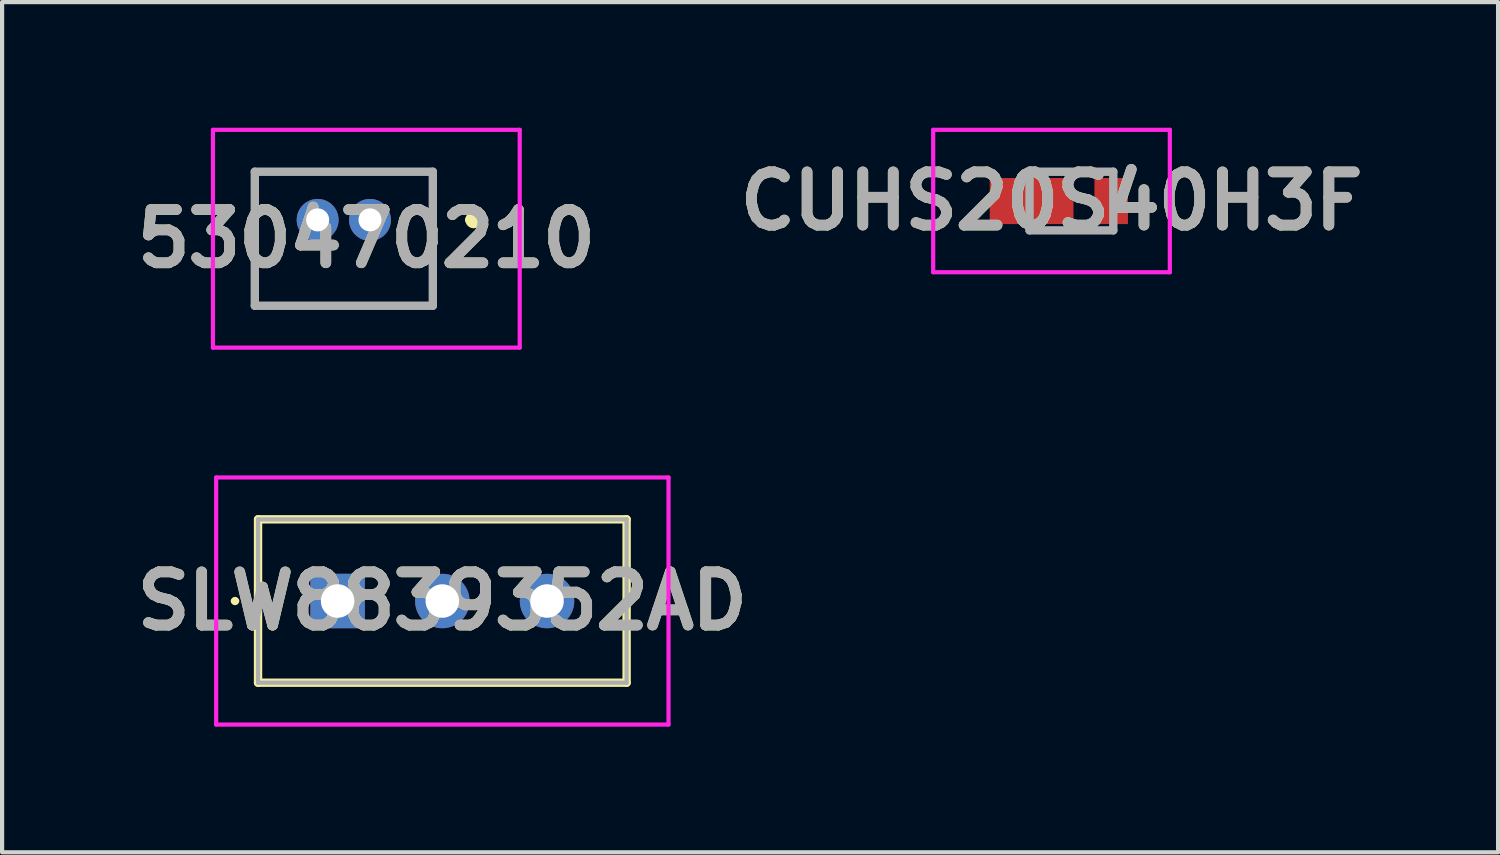
<source format=kicad_pcb>
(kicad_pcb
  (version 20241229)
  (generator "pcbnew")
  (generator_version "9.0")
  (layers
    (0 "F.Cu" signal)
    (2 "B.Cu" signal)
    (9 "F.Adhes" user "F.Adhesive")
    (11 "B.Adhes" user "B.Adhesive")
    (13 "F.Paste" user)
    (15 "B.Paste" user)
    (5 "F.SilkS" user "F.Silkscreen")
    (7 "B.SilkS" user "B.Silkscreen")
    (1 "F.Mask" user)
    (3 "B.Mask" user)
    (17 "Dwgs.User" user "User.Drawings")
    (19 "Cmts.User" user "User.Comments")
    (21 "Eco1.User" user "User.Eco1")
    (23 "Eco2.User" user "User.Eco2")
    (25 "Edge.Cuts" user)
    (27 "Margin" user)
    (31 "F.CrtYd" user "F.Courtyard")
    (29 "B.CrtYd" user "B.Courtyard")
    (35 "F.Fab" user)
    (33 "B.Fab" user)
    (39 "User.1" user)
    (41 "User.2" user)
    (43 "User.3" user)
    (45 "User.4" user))
  (footprint "SLW8839352AD"
    (layer "F.Cu")
    (at 5.011 11.3)
    (property "Reference" "SLW8839352AD" (at 2.5 0 0) (layer "F.SilkS") (effects (font (size 1.27 1.27) (thickness 0.254))))
    (attr through_hole)
    (fp_line (start -2.5 0) (end -2.5 0) (stroke (width 0.1) (type solid)) (layer "F.SilkS"))
    (fp_line (start -2.4 0) (end -2.4 0) (stroke (width 0.1) (type solid)) (layer "F.SilkS"))
    (fp_line (start -1.9 -1.95) (end 6.9 -1.95) (stroke (width 0.2) (type solid)) (layer "F.SilkS"))
    (fp_line (start -1.9 1.95) (end -1.9 -1.95) (stroke (width 0.2) (type solid)) (layer "F.SilkS"))
    (fp_line (start 6.9 -1.95) (end 6.9 1.95) (stroke (width 0.2) (type solid)) (layer "F.SilkS"))
    (fp_line (start 6.9 1.95) (end -1.9 1.95) (stroke (width 0.2) (type solid)) (layer "F.SilkS"))
    (fp_arc (start -2.5 0) (mid -2.45 -0.05) (end -2.4 0) (stroke (width 0.1) (type solid)) (layer "F.SilkS"))
    (fp_arc (start -2.4 0) (mid -2.45 0.05) (end -2.5 0) (stroke (width 0.1) (type solid)) (layer "F.SilkS"))
    (fp_line (start -2.9 -2.95) (end 7.9 -2.95) (stroke (width 0.1) (type solid)) (layer "F.CrtYd"))
    (fp_line (start -2.9 2.95) (end -2.9 -2.95) (stroke (width 0.1) (type solid)) (layer "F.CrtYd"))
    (fp_line (start 7.9 -2.95) (end 7.9 2.95) (stroke (width 0.1) (type solid)) (layer "F.CrtYd"))
    (fp_line (start 7.9 2.95) (end -2.9 2.95) (stroke (width 0.1) (type solid)) (layer "F.CrtYd"))
    (fp_line (start -1.9 -1.95) (end 6.9 -1.95) (stroke (width 0.1) (type solid)) (layer "F.Fab"))
    (fp_line (start -1.9 1.95) (end -1.9 -1.95) (stroke (width 0.1) (type solid)) (layer "F.Fab"))
    (fp_line (start 6.9 -1.95) (end 6.9 1.95) (stroke (width 0.1) (type solid)) (layer "F.Fab"))
    (fp_line (start 6.9 1.95) (end -1.9 1.95) (stroke (width 0.1) (type solid)) (layer "F.Fab"))
    (fp_text user "${REFERENCE}" (at 2.5 0 0) (layer "F.Fab") (effects (font (size 1.27 1.27) (thickness 0.254))))
    (pad "1" thru_hole rect (at 0 0) (size 1.3 1.3) (drill 0.8) (layers "*.Cu" "*.Mask"))
    (pad "2" thru_hole circle (at 2.5 0) (size 1.3 1.3) (drill 0.8) (layers "*.Cu" "*.Mask"))
    (pad "3" thru_hole circle (at 5 0) (size 1.3 1.3) (drill 0.8) (layers "*.Cu" "*.Mask")))
  (footprint "530470210"
    (layer "F.Cu")
    (at 5.784 2.2)
    (property "Reference" "530470210" (at -0.087 0.45 0) (layer "F.SilkS") (effects (font (size 1.27 1.27) (thickness 0.254))))
    (attr through_hole)
    (fp_line (start -2.75 -1.15) (end 1.5 -1.15) (stroke (width 0.1) (type solid)) (layer "F.SilkS"))
    (fp_line (start -2.75 2.05) (end -2.75 -1.15) (stroke (width 0.1) (type solid)) (layer "F.SilkS"))
    (fp_line (start 1.5 -1.15) (end 1.5 2.05) (stroke (width 0.1) (type solid)) (layer "F.SilkS"))
    (fp_line (start 1.5 2.05) (end -2.75 2.05) (stroke (width 0.1) (type solid)) (layer "F.SilkS"))
    (fp_line (start 2.375 0) (end 2.375 0) (stroke (width 0.2) (type solid)) (layer "F.SilkS"))
    (fp_line (start 2.575 0) (end 2.575 0) (stroke (width 0.2) (type solid)) (layer "F.SilkS"))
    (fp_arc (start 2.375 0) (mid 2.475 -0.1) (end 2.575 0) (stroke (width 0.2) (type solid)) (layer "F.SilkS"))
    (fp_arc (start 2.575 0) (mid 2.475 0.1) (end 2.375 0) (stroke (width 0.2) (type solid)) (layer "F.SilkS"))
    (fp_line (start -3.75 -2.15) (end 3.575 -2.15) (stroke (width 0.1) (type solid)) (layer "F.CrtYd"))
    (fp_line (start -3.75 3.05) (end -3.75 -2.15) (stroke (width 0.1) (type solid)) (layer "F.CrtYd"))
    (fp_line (start 3.575 -2.15) (end 3.575 3.05) (stroke (width 0.1) (type solid)) (layer "F.CrtYd"))
    (fp_line (start 3.575 3.05) (end -3.75 3.05) (stroke (width 0.1) (type solid)) (layer "F.CrtYd"))
    (fp_line (start -2.75 -1.15) (end 1.5 -1.15) (stroke (width 0.2) (type solid)) (layer "F.Fab"))
    (fp_line (start -2.75 2.05) (end -2.75 -1.15) (stroke (width 0.2) (type solid)) (layer "F.Fab"))
    (fp_line (start 1.5 -1.15) (end 1.5 2.05) (stroke (width 0.2) (type solid)) (layer "F.Fab"))
    (fp_line (start 1.5 2.05) (end -2.75 2.05) (stroke (width 0.2) (type solid)) (layer "F.Fab"))
    (fp_text user "${REFERENCE}" (at -0.087 0.45 0) (layer "F.Fab") (effects (font (size 1.27 1.27) (thickness 0.254))))
    (pad "1" thru_hole circle (at 0 0) (size 1 1) (drill 0.55) (layers "*.Cu" "*.Mask"))
    (pad "2" thru_hole circle (at -1.25 0) (size 1 1) (drill 0.55) (layers "*.Cu" "*.Mask")))
  (footprint "CUHS20S40H3F"
    (layer "F.Cu")
    (at 22.531 1.75)
    (property "Reference" "CUHS20S40H3F" (at -0.475 0 0) (layer "F.SilkS") (effects (font (size 1.27 1.27) (thickness 0.254))))
    (attr smd)
    (fp_line (start -2.3 0.3) (end -2.3 0.3) (stroke (width 0.1) (type solid)) (layer "F.SilkS"))
    (fp_line (start -2.2 0.3) (end -2.2 0.3) (stroke (width 0.1) (type solid)) (layer "F.SilkS"))
    (fp_line (start -0.95 -0.7) (end 1 -0.7) (stroke (width 0.1) (type solid)) (layer "F.SilkS"))
    (fp_line (start -0.9 0.7) (end 0.9 0.7) (stroke (width 0.1) (type solid)) (layer "F.SilkS"))
    (fp_arc (start -2.3 0.3) (mid -2.25 0.25) (end -2.2 0.3) (stroke (width 0.1) (type solid)) (layer "F.SilkS"))
    (fp_arc (start -2.2 0.3) (mid -2.25 0.35) (end -2.3 0.3) (stroke (width 0.1) (type solid)) (layer "F.SilkS"))
    (fp_line (start -3.3 -1.7) (end 2.35 -1.7) (stroke (width 0.1) (type solid)) (layer "F.CrtYd"))
    (fp_line (start -3.3 1.7) (end -3.3 -1.7) (stroke (width 0.1) (type solid)) (layer "F.CrtYd"))
    (fp_line (start 2.35 -1.7) (end 2.35 1.7) (stroke (width 0.1) (type solid)) (layer "F.CrtYd"))
    (fp_line (start 2.35 1.7) (end -3.3 1.7) (stroke (width 0.1) (type solid)) (layer "F.CrtYd"))
    (fp_line (start -1 -0.7) (end 1 -0.7) (stroke (width 0.2) (type solid)) (layer "F.Fab"))
    (fp_line (start -1 0.7) (end -1 -0.7) (stroke (width 0.2) (type solid)) (layer "F.Fab"))
    (fp_line (start 1 -0.7) (end 1 0.7) (stroke (width 0.2) (type solid)) (layer "F.Fab"))
    (fp_line (start 1 0.7) (end -1 0.7) (stroke (width 0.2) (type solid)) (layer "F.Fab"))
    (fp_text user "${REFERENCE}" (at -0.475 0 0) (layer "F.Fab") (effects (font (size 1.27 1.27) (thickness 0.254))))
    (pad "1" smd rect (at -0.95 0 90) (size 1.1 2) (layers "F.Cu" "F.Mask" "F.Paste"))
    (pad "2" smd rect (at 0.95 0) (size 0.8 1.1) (layers "F.Cu" "F.Mask" "F.Paste")))
  (gr_rect
    (start -3 -3)
    (end 32.718 17.3)
    (stroke (width 0.1) (type default))
    (fill no)
    (layer "Edge.Cuts")))
</source>
